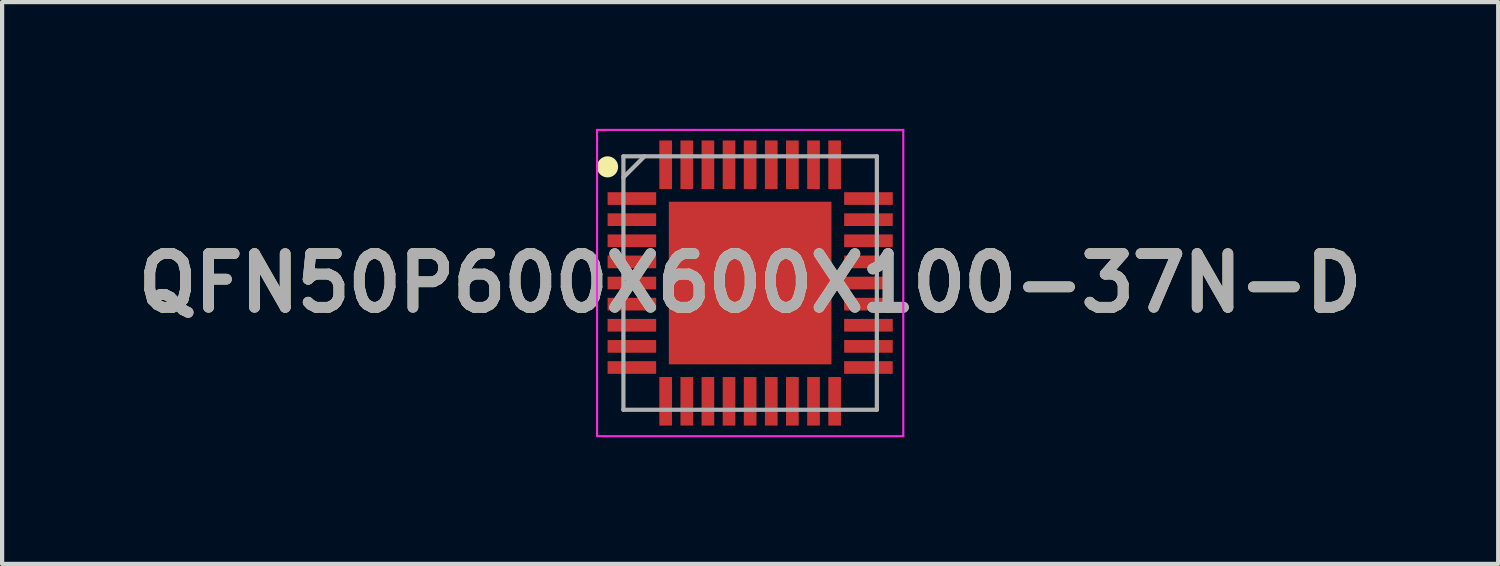
<source format=kicad_pcb>
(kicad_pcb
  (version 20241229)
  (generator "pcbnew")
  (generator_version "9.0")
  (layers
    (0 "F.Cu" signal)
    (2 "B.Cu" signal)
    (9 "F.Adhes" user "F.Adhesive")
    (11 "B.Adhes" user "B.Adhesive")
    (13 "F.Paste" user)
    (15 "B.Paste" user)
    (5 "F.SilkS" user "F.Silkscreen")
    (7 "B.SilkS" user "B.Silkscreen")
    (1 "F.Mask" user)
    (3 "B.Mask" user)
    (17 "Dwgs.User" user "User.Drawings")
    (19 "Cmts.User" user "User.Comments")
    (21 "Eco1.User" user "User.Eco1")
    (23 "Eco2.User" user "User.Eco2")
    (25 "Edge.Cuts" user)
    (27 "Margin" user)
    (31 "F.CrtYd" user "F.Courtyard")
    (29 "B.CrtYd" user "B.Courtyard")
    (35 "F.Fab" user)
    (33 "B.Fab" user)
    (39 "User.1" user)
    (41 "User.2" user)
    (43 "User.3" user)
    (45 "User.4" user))
  (footprint "QFN50P600X600X100-37N-D"
    (layer "F.Cu")
    (at 14.708 3.65)
    (property "Reference" "QFN50P600X600X100-37N-D" (at 0 0 0) (layer "F.SilkS") (effects (font (size 1.27 1.27) (thickness 0.254))))
    (attr smd)
    (fp_circle (center -3.375 -2.75) (end -3.375 -2.625) (stroke (width 0.25) (type solid)) (fill no) (layer "F.SilkS"))
    (fp_line (start -3.625 -3.625) (end 3.625 -3.625) (stroke (width 0.05) (type solid)) (layer "F.CrtYd"))
    (fp_line (start -3.625 3.625) (end -3.625 -3.625) (stroke (width 0.05) (type solid)) (layer "F.CrtYd"))
    (fp_line (start 3.625 -3.625) (end 3.625 3.625) (stroke (width 0.05) (type solid)) (layer "F.CrtYd"))
    (fp_line (start 3.625 3.625) (end -3.625 3.625) (stroke (width 0.05) (type solid)) (layer "F.CrtYd"))
    (fp_line (start -3 -3) (end 3 -3) (stroke (width 0.1) (type solid)) (layer "F.Fab"))
    (fp_line (start -3 -2.5) (end -2.5 -3) (stroke (width 0.1) (type solid)) (layer "F.Fab"))
    (fp_line (start -3 3) (end -3 -3) (stroke (width 0.1) (type solid)) (layer "F.Fab"))
    (fp_line (start 3 -3) (end 3 3) (stroke (width 0.1) (type solid)) (layer "F.Fab"))
    (fp_line (start 3 3) (end -3 3) (stroke (width 0.1) (type solid)) (layer "F.Fab"))
    (fp_text user "${REFERENCE}" (at 0 0 0) (layer "F.Fab") (effects (font (size 1.27 1.27) (thickness 0.254))))
    (pad "1" smd rect (at -2.8 -2 90) (size 0.3 1.15) (layers "F.Cu" "F.Mask" "F.Paste"))
    (pad "2" smd rect (at -2.8 -1.5 90) (size 0.3 1.15) (layers "F.Cu" "F.Mask" "F.Paste"))
    (pad "3" smd rect (at -2.8 -1 90) (size 0.3 1.15) (layers "F.Cu" "F.Mask" "F.Paste"))
    (pad "4" smd rect (at -2.8 -0.5 90) (size 0.3 1.15) (layers "F.Cu" "F.Mask" "F.Paste"))
    (pad "5" smd rect (at -2.8 0 90) (size 0.3 1.15) (layers "F.Cu" "F.Mask" "F.Paste"))
    (pad "6" smd rect (at -2.8 0.5 90) (size 0.3 1.15) (layers "F.Cu" "F.Mask" "F.Paste"))
    (pad "7" smd rect (at -2.8 1 90) (size 0.3 1.15) (layers "F.Cu" "F.Mask" "F.Paste"))
    (pad "8" smd rect (at -2.8 1.5 90) (size 0.3 1.15) (layers "F.Cu" "F.Mask" "F.Paste"))
    (pad "9" smd rect (at -2.8 2 90) (size 0.3 1.15) (layers "F.Cu" "F.Mask" "F.Paste"))
    (pad "10" smd rect (at -2 2.8) (size 0.3 1.15) (layers "F.Cu" "F.Mask" "F.Paste"))
    (pad "11" smd rect (at -1.5 2.8) (size 0.3 1.15) (layers "F.Cu" "F.Mask" "F.Paste"))
    (pad "12" smd rect (at -1 2.8) (size 0.3 1.15) (layers "F.Cu" "F.Mask" "F.Paste"))
    (pad "13" smd rect (at -0.5 2.8) (size 0.3 1.15) (layers "F.Cu" "F.Mask" "F.Paste"))
    (pad "14" smd rect (at 0 2.8) (size 0.3 1.15) (layers "F.Cu" "F.Mask" "F.Paste"))
    (pad "15" smd rect (at 0.5 2.8) (size 0.3 1.15) (layers "F.Cu" "F.Mask" "F.Paste"))
    (pad "16" smd rect (at 1 2.8) (size 0.3 1.15) (layers "F.Cu" "F.Mask" "F.Paste"))
    (pad "17" smd rect (at 1.5 2.8) (size 0.3 1.15) (layers "F.Cu" "F.Mask" "F.Paste"))
    (pad "18" smd rect (at 2 2.8) (size 0.3 1.15) (layers "F.Cu" "F.Mask" "F.Paste"))
    (pad "19" smd rect (at 2.8 2 90) (size 0.3 1.15) (layers "F.Cu" "F.Mask" "F.Paste"))
    (pad "20" smd rect (at 2.8 1.5 90) (size 0.3 1.15) (layers "F.Cu" "F.Mask" "F.Paste"))
    (pad "21" smd rect (at 2.8 1 90) (size 0.3 1.15) (layers "F.Cu" "F.Mask" "F.Paste"))
    (pad "22" smd rect (at 2.8 0.5 90) (size 0.3 1.15) (layers "F.Cu" "F.Mask" "F.Paste"))
    (pad "23" smd rect (at 2.8 0 90) (size 0.3 1.15) (layers "F.Cu" "F.Mask" "F.Paste"))
    (pad "24" smd rect (at 2.8 -0.5 90) (size 0.3 1.15) (layers "F.Cu" "F.Mask" "F.Paste"))
    (pad "25" smd rect (at 2.8 -1 90) (size 0.3 1.15) (layers "F.Cu" "F.Mask" "F.Paste"))
    (pad "26" smd rect (at 2.8 -1.5 90) (size 0.3 1.15) (layers "F.Cu" "F.Mask" "F.Paste"))
    (pad "27" smd rect (at 2.8 -2 90) (size 0.3 1.15) (layers "F.Cu" "F.Mask" "F.Paste"))
    (pad "28" smd rect (at 2 -2.8) (size 0.3 1.15) (layers "F.Cu" "F.Mask" "F.Paste"))
    (pad "29" smd rect (at 1.5 -2.8) (size 0.3 1.15) (layers "F.Cu" "F.Mask" "F.Paste"))
    (pad "30" smd rect (at 1 -2.8) (size 0.3 1.15) (layers "F.Cu" "F.Mask" "F.Paste"))
    (pad "31" smd rect (at 0.5 -2.8) (size 0.3 1.15) (layers "F.Cu" "F.Mask" "F.Paste"))
    (pad "32" smd rect (at 0 -2.8) (size 0.3 1.15) (layers "F.Cu" "F.Mask" "F.Paste"))
    (pad "33" smd rect (at -0.5 -2.8) (size 0.3 1.15) (layers "F.Cu" "F.Mask" "F.Paste"))
    (pad "34" smd rect (at -1 -2.8) (size 0.3 1.15) (layers "F.Cu" "F.Mask" "F.Paste"))
    (pad "35" smd rect (at -1.5 -2.8) (size 0.3 1.15) (layers "F.Cu" "F.Mask" "F.Paste"))
    (pad "36" smd rect (at -2 -2.8) (size 0.3 1.15) (layers "F.Cu" "F.Mask" "F.Paste"))
    (pad "37" smd rect (at 0 0) (size 3.85 3.85) (layers "F.Cu" "F.Mask" "F.Paste")))
  (gr_rect
    (start -3 -3)
    (end 32.416 10.3)
    (stroke (width 0.1) (type default))
    (fill no)
    (layer "Edge.Cuts")))
</source>
